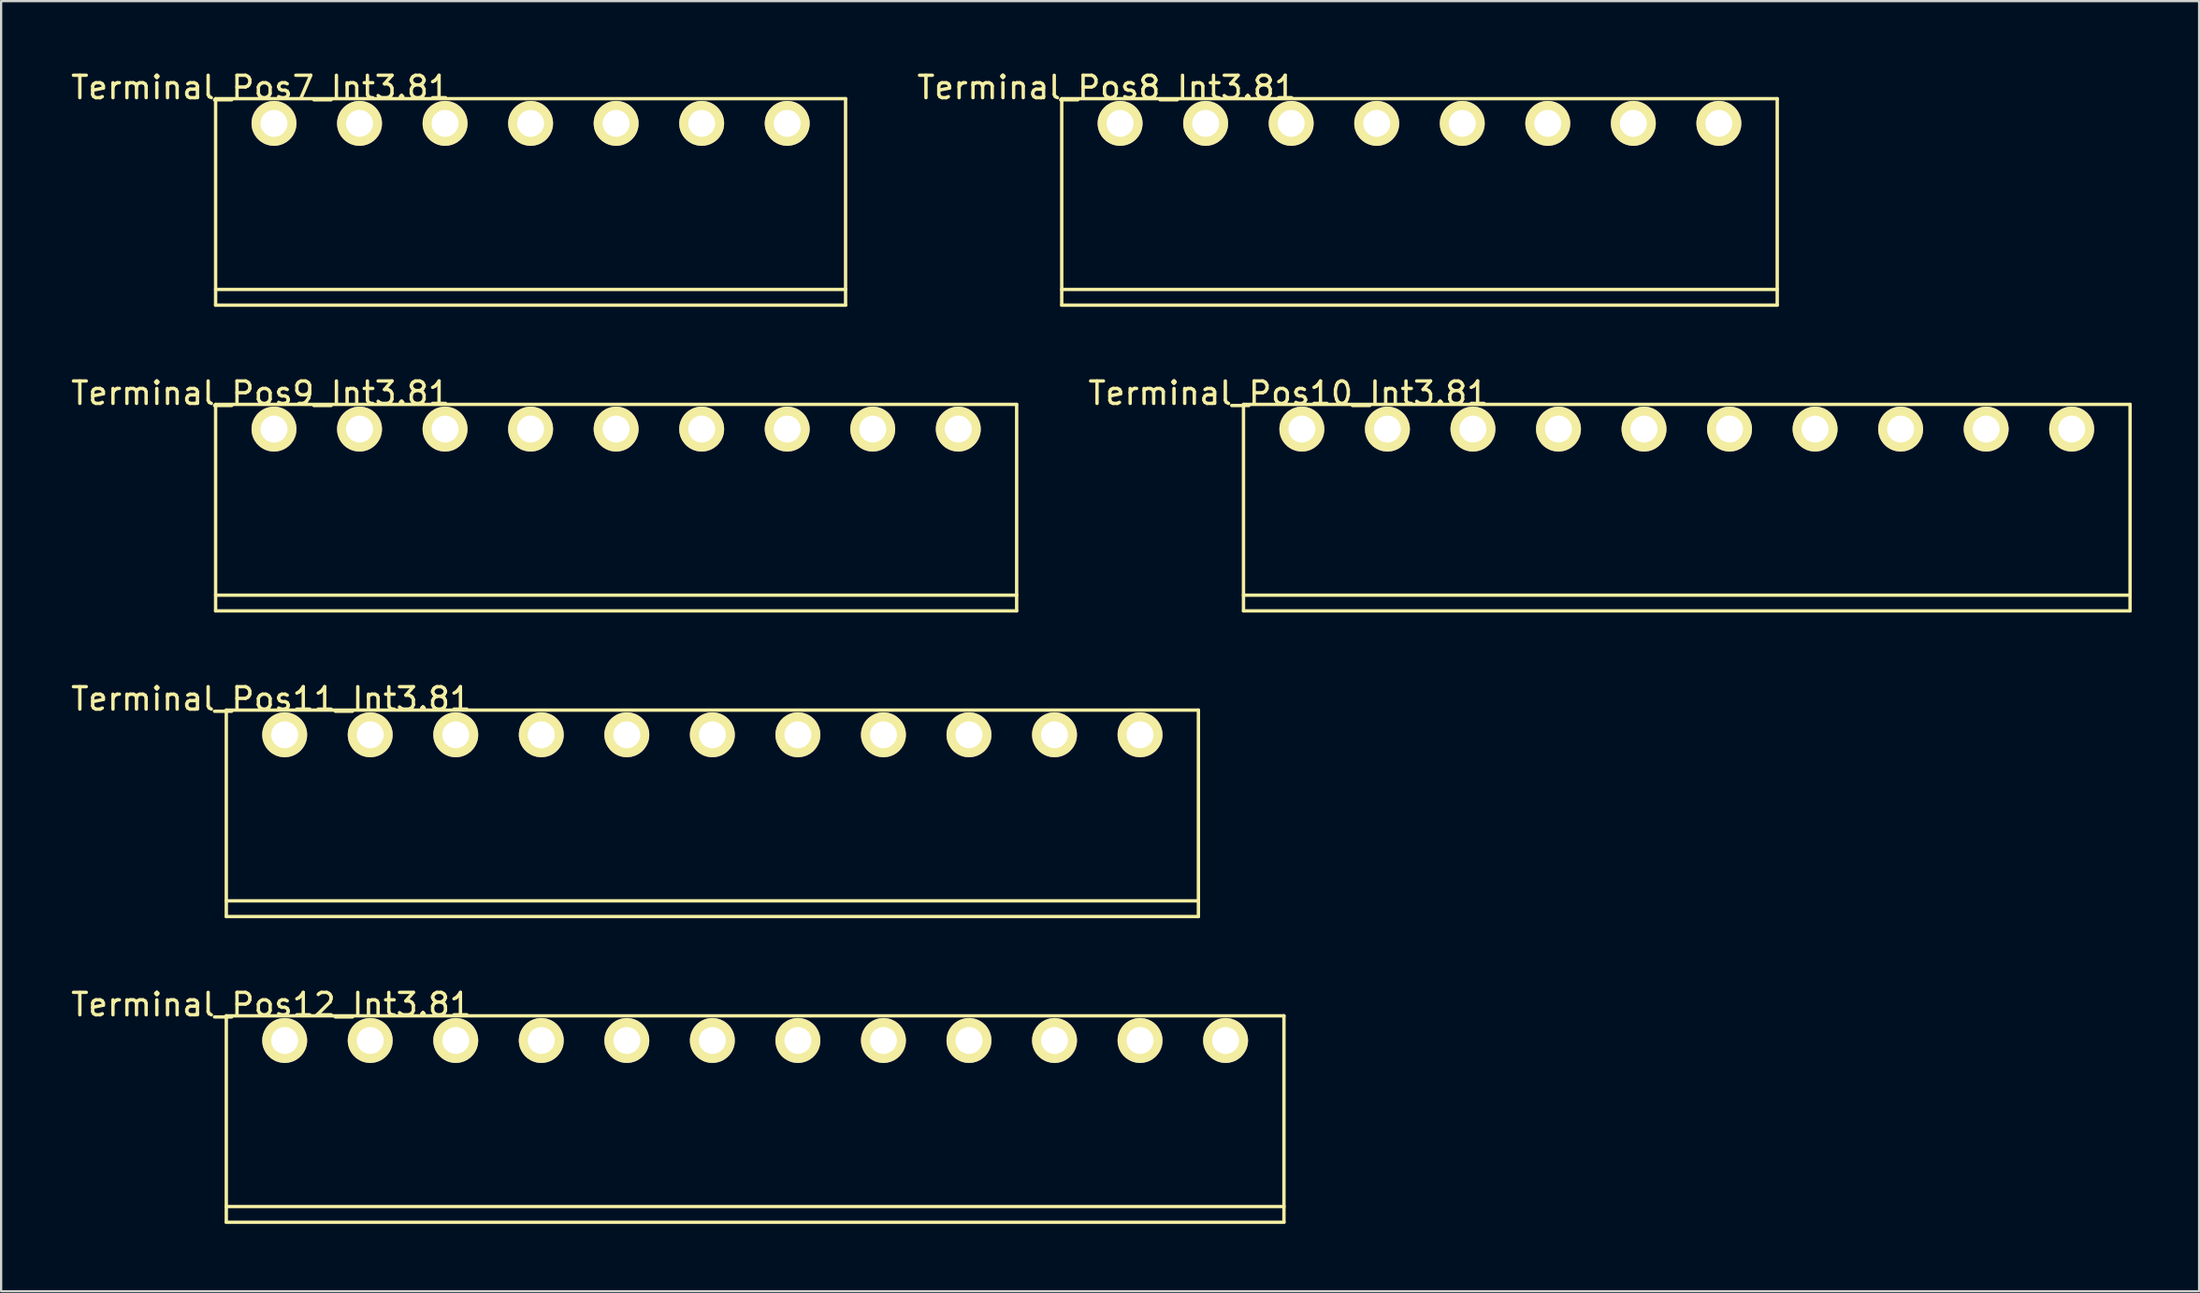
<source format=kicad_pcb>
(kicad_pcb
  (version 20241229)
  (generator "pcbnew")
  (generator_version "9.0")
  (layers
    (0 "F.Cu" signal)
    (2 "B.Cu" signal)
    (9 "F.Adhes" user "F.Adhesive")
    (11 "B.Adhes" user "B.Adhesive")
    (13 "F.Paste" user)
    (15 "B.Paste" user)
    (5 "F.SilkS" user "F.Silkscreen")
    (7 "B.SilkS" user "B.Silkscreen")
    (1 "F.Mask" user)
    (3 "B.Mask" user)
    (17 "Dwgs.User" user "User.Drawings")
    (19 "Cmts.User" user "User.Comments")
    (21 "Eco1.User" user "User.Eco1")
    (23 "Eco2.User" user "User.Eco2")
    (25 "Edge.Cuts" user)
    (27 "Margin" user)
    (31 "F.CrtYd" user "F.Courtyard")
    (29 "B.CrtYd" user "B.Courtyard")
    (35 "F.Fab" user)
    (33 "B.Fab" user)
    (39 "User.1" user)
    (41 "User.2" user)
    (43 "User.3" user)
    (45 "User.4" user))
  (footprint "Terminal_Pos11_Int3.81"
    (layer "F.Cu")
    (at 7.03 28.595)
    (property "Reference" "Terminal_Pos11_Int3.81" (at 2 -0.5 0) (layer "F.SilkS") (effects (font (size 1 1) (thickness 0.15))))
    (attr through_hole)
    (fp_line (start 0 0) (end 0 9.2) (stroke (width 0.15) (type solid)) (layer "F.SilkS"))
    (fp_line (start 0 0) (end 43.3 0) (stroke (width 0.15) (type solid)) (layer "F.SilkS"))
    (fp_line (start 0 8.5) (end 43.3 8.5) (stroke (width 0.15) (type solid)) (layer "F.SilkS"))
    (fp_line (start 0 9.2) (end 43.3 9.2) (stroke (width 0.15) (type solid)) (layer "F.SilkS"))
    (fp_line (start 43.3 0) (end 43.3 9.2) (stroke (width 0.15) (type solid)) (layer "F.SilkS"))
    (pad "1" thru_hole circle (at 2.6 1.1) (size 2 2) (drill 1.2) (layers "*.Cu" "*.Mask" "F.SilkS"))
    (pad "2" thru_hole circle (at 6.41 1.1) (size 2 2) (drill 1.2) (layers "*.Cu" "*.Mask" "F.SilkS"))
    (pad "3" thru_hole circle (at 10.22 1.1) (size 2 2) (drill 1.2) (layers "*.Cu" "*.Mask" "F.SilkS"))
    (pad "4" thru_hole circle (at 14.03 1.1) (size 2 2) (drill 1.2) (layers "*.Cu" "*.Mask" "F.SilkS"))
    (pad "5" thru_hole circle (at 17.84 1.1) (size 2 2) (drill 1.2) (layers "*.Cu" "*.Mask" "F.SilkS"))
    (pad "6" thru_hole circle (at 21.65 1.1) (size 2 2) (drill 1.2) (layers "*.Cu" "*.Mask" "F.SilkS"))
    (pad "7" thru_hole circle (at 25.46 1.1) (size 2 2) (drill 1.2) (layers "*.Cu" "*.Mask" "F.SilkS"))
    (pad "8" thru_hole circle (at 29.27 1.1) (size 2 2) (drill 1.2) (layers "*.Cu" "*.Mask" "F.SilkS"))
    (pad "9" thru_hole circle (at 33.08 1.1) (size 2 2) (drill 1.2) (layers "*.Cu" "*.Mask" "F.SilkS"))
    (pad "10" thru_hole circle (at 36.89 1.1) (size 2 2) (drill 1.2) (layers "*.Cu" "*.Mask" "F.SilkS"))
    (pad "11" thru_hole circle (at 40.7 1.1) (size 2 2) (drill 1.2) (layers "*.Cu" "*.Mask" "F.SilkS")))
  (footprint "Terminal_Pos12_Int3.81"
    (layer "F.Cu")
    (at 7.03 42.218)
    (property "Reference" "Terminal_Pos12_Int3.81" (at 2 -0.5 0) (layer "F.SilkS") (effects (font (size 1 1) (thickness 0.15))))
    (attr through_hole)
    (fp_line (start 0 0) (end 0 9.2) (stroke (width 0.15) (type solid)) (layer "F.SilkS"))
    (fp_line (start 0 0) (end 47.11 0) (stroke (width 0.15) (type solid)) (layer "F.SilkS"))
    (fp_line (start 0 8.5) (end 47.11 8.5) (stroke (width 0.15) (type solid)) (layer "F.SilkS"))
    (fp_line (start 0 9.2) (end 47.11 9.2) (stroke (width 0.15) (type solid)) (layer "F.SilkS"))
    (fp_line (start 47.11 0) (end 47.11 9.2) (stroke (width 0.15) (type solid)) (layer "F.SilkS"))
    (pad "1" thru_hole circle (at 2.6 1.1) (size 2 2) (drill 1.2) (layers "*.Cu" "*.Mask" "F.SilkS"))
    (pad "2" thru_hole circle (at 6.41 1.1) (size 2 2) (drill 1.2) (layers "*.Cu" "*.Mask" "F.SilkS"))
    (pad "3" thru_hole circle (at 10.22 1.1) (size 2 2) (drill 1.2) (layers "*.Cu" "*.Mask" "F.SilkS"))
    (pad "4" thru_hole circle (at 14.03 1.1) (size 2 2) (drill 1.2) (layers "*.Cu" "*.Mask" "F.SilkS"))
    (pad "5" thru_hole circle (at 17.84 1.1) (size 2 2) (drill 1.2) (layers "*.Cu" "*.Mask" "F.SilkS"))
    (pad "6" thru_hole circle (at 21.65 1.1) (size 2 2) (drill 1.2) (layers "*.Cu" "*.Mask" "F.SilkS"))
    (pad "7" thru_hole circle (at 25.46 1.1) (size 2 2) (drill 1.2) (layers "*.Cu" "*.Mask" "F.SilkS"))
    (pad "8" thru_hole circle (at 29.27 1.1) (size 2 2) (drill 1.2) (layers "*.Cu" "*.Mask" "F.SilkS"))
    (pad "9" thru_hole circle (at 33.08 1.1) (size 2 2) (drill 1.2) (layers "*.Cu" "*.Mask" "F.SilkS"))
    (pad "10" thru_hole circle (at 36.89 1.1) (size 2 2) (drill 1.2) (layers "*.Cu" "*.Mask" "F.SilkS"))
    (pad "11" thru_hole circle (at 40.7 1.1) (size 2 2) (drill 1.2) (layers "*.Cu" "*.Mask" "F.SilkS"))
    (pad "12" thru_hole circle (at 44.51 1.1) (size 2 2) (drill 1.2) (layers "*.Cu" "*.Mask" "F.SilkS")))
  (footprint "Terminal_Pos10_Int3.81"
    (layer "F.Cu")
    (at 52.338 14.972)
    (property "Reference" "Terminal_Pos10_Int3.81" (at 2 -0.5 0) (layer "F.SilkS") (effects (font (size 1 1) (thickness 0.15))))
    (attr through_hole)
    (fp_line (start 0 0) (end 0 9.2) (stroke (width 0.15) (type solid)) (layer "F.SilkS"))
    (fp_line (start 0 0) (end 39.49 0) (stroke (width 0.15) (type solid)) (layer "F.SilkS"))
    (fp_line (start 0 8.5) (end 39.49 8.5) (stroke (width 0.15) (type solid)) (layer "F.SilkS"))
    (fp_line (start 0 9.2) (end 39.49 9.2) (stroke (width 0.15) (type solid)) (layer "F.SilkS"))
    (fp_line (start 39.49 0) (end 39.49 9.2) (stroke (width 0.15) (type solid)) (layer "F.SilkS"))
    (pad "1" thru_hole circle (at 2.6 1.1) (size 2 2) (drill 1.2) (layers "*.Cu" "*.Mask" "F.SilkS"))
    (pad "2" thru_hole circle (at 6.41 1.1) (size 2 2) (drill 1.2) (layers "*.Cu" "*.Mask" "F.SilkS"))
    (pad "3" thru_hole circle (at 10.22 1.1) (size 2 2) (drill 1.2) (layers "*.Cu" "*.Mask" "F.SilkS"))
    (pad "4" thru_hole circle (at 14.03 1.1) (size 2 2) (drill 1.2) (layers "*.Cu" "*.Mask" "F.SilkS"))
    (pad "5" thru_hole circle (at 17.84 1.1) (size 2 2) (drill 1.2) (layers "*.Cu" "*.Mask" "F.SilkS"))
    (pad "6" thru_hole circle (at 21.65 1.1) (size 2 2) (drill 1.2) (layers "*.Cu" "*.Mask" "F.SilkS"))
    (pad "7" thru_hole circle (at 25.46 1.1) (size 2 2) (drill 1.2) (layers "*.Cu" "*.Mask" "F.SilkS"))
    (pad "8" thru_hole circle (at 29.27 1.1) (size 2 2) (drill 1.2) (layers "*.Cu" "*.Mask" "F.SilkS"))
    (pad "9" thru_hole circle (at 33.08 1.1) (size 2 2) (drill 1.2) (layers "*.Cu" "*.Mask" "F.SilkS"))
    (pad "10" thru_hole circle (at 36.89 1.1) (size 2 2) (drill 1.2) (layers "*.Cu" "*.Mask" "F.SilkS")))
  (footprint "Terminal_Pos8_Int3.81"
    (layer "F.Cu")
    (at 44.242 1.348)
    (property "Reference" "Terminal_Pos8_Int3.81" (at 2 -0.5 0) (layer "F.SilkS") (effects (font (size 1 1) (thickness 0.15))))
    (attr through_hole)
    (fp_line (start 0 0) (end 0 9.2) (stroke (width 0.15) (type solid)) (layer "F.SilkS"))
    (fp_line (start 0 0) (end 31.87 0) (stroke (width 0.15) (type solid)) (layer "F.SilkS"))
    (fp_line (start 0 8.5) (end 31.87 8.5) (stroke (width 0.15) (type solid)) (layer "F.SilkS"))
    (fp_line (start 0 9.2) (end 31.87 9.2) (stroke (width 0.15) (type solid)) (layer "F.SilkS"))
    (fp_line (start 31.87 0) (end 31.87 9.2) (stroke (width 0.15) (type solid)) (layer "F.SilkS"))
    (pad "1" thru_hole circle (at 2.6 1.1) (size 2 2) (drill 1.2) (layers "*.Cu" "*.Mask" "F.SilkS"))
    (pad "2" thru_hole circle (at 6.41 1.1) (size 2 2) (drill 1.2) (layers "*.Cu" "*.Mask" "F.SilkS"))
    (pad "3" thru_hole circle (at 10.22 1.1) (size 2 2) (drill 1.2) (layers "*.Cu" "*.Mask" "F.SilkS"))
    (pad "4" thru_hole circle (at 14.03 1.1) (size 2 2) (drill 1.2) (layers "*.Cu" "*.Mask" "F.SilkS"))
    (pad "5" thru_hole circle (at 17.84 1.1) (size 2 2) (drill 1.2) (layers "*.Cu" "*.Mask" "F.SilkS"))
    (pad "6" thru_hole circle (at 21.65 1.1) (size 2 2) (drill 1.2) (layers "*.Cu" "*.Mask" "F.SilkS"))
    (pad "7" thru_hole circle (at 25.46 1.1) (size 2 2) (drill 1.2) (layers "*.Cu" "*.Mask" "F.SilkS"))
    (pad "8" thru_hole circle (at 29.27 1.1) (size 2 2) (drill 1.2) (layers "*.Cu" "*.Mask" "F.SilkS")))
  (footprint "Terminal_Pos9_Int3.81"
    (layer "F.Cu")
    (at 6.554 14.972)
    (property "Reference" "Terminal_Pos9_Int3.81" (at 2 -0.5 0) (layer "F.SilkS") (effects (font (size 1 1) (thickness 0.15))))
    (attr through_hole)
    (fp_line (start 0 0) (end 0 9.2) (stroke (width 0.15) (type solid)) (layer "F.SilkS"))
    (fp_line (start 0 0) (end 35.68 0) (stroke (width 0.15) (type solid)) (layer "F.SilkS"))
    (fp_line (start 0 8.5) (end 35.68 8.5) (stroke (width 0.15) (type solid)) (layer "F.SilkS"))
    (fp_line (start 0 9.2) (end 35.68 9.2) (stroke (width 0.15) (type solid)) (layer "F.SilkS"))
    (fp_line (start 35.68 0) (end 35.68 9.2) (stroke (width 0.15) (type solid)) (layer "F.SilkS"))
    (pad "1" thru_hole circle (at 2.6 1.1) (size 2 2) (drill 1.2) (layers "*.Cu" "*.Mask" "F.SilkS"))
    (pad "2" thru_hole circle (at 6.41 1.1) (size 2 2) (drill 1.2) (layers "*.Cu" "*.Mask" "F.SilkS"))
    (pad "3" thru_hole circle (at 10.22 1.1) (size 2 2) (drill 1.2) (layers "*.Cu" "*.Mask" "F.SilkS"))
    (pad "4" thru_hole circle (at 14.03 1.1) (size 2 2) (drill 1.2) (layers "*.Cu" "*.Mask" "F.SilkS"))
    (pad "5" thru_hole circle (at 17.84 1.1) (size 2 2) (drill 1.2) (layers "*.Cu" "*.Mask" "F.SilkS"))
    (pad "6" thru_hole circle (at 21.65 1.1) (size 2 2) (drill 1.2) (layers "*.Cu" "*.Mask" "F.SilkS"))
    (pad "7" thru_hole circle (at 25.46 1.1) (size 2 2) (drill 1.2) (layers "*.Cu" "*.Mask" "F.SilkS"))
    (pad "8" thru_hole circle (at 29.27 1.1) (size 2 2) (drill 1.2) (layers "*.Cu" "*.Mask" "F.SilkS"))
    (pad "9" thru_hole circle (at 33.08 1.1) (size 2 2) (drill 1.2) (layers "*.Cu" "*.Mask" "F.SilkS")))
  (footprint "Terminal_Pos7_Int3.81"
    (layer "F.Cu")
    (at 6.554 1.348)
    (property "Reference" "Terminal_Pos7_Int3.81" (at 2 -0.5 0) (layer "F.SilkS") (effects (font (size 1 1) (thickness 0.15))))
    (attr through_hole)
    (fp_line (start 0 0) (end 0 9.2) (stroke (width 0.15) (type solid)) (layer "F.SilkS"))
    (fp_line (start 0 0) (end 28.06 0) (stroke (width 0.15) (type solid)) (layer "F.SilkS"))
    (fp_line (start 0 8.5) (end 28.06 8.5) (stroke (width 0.15) (type solid)) (layer "F.SilkS"))
    (fp_line (start 0 9.2) (end 28.06 9.2) (stroke (width 0.15) (type solid)) (layer "F.SilkS"))
    (fp_line (start 28.06 0) (end 28.06 9.2) (stroke (width 0.15) (type solid)) (layer "F.SilkS"))
    (pad "1" thru_hole circle (at 2.6 1.1) (size 2 2) (drill 1.2) (layers "*.Cu" "*.Mask" "F.SilkS"))
    (pad "2" thru_hole circle (at 6.41 1.1) (size 2 2) (drill 1.2) (layers "*.Cu" "*.Mask" "F.SilkS"))
    (pad "3" thru_hole circle (at 10.22 1.1) (size 2 2) (drill 1.2) (layers "*.Cu" "*.Mask" "F.SilkS"))
    (pad "4" thru_hole circle (at 14.03 1.1) (size 2 2) (drill 1.2) (layers "*.Cu" "*.Mask" "F.SilkS"))
    (pad "5" thru_hole circle (at 17.84 1.1) (size 2 2) (drill 1.2) (layers "*.Cu" "*.Mask" "F.SilkS"))
    (pad "6" thru_hole circle (at 21.65 1.1) (size 2 2) (drill 1.2) (layers "*.Cu" "*.Mask" "F.SilkS"))
    (pad "7" thru_hole circle (at 25.46 1.1) (size 2 2) (drill 1.2) (layers "*.Cu" "*.Mask" "F.SilkS")))
  (gr_rect
    (start -3 -3)
    (end 94.903 54.493)
    (stroke (width 0.1) (type default))
    (fill no)
    (layer "Edge.Cuts")))
</source>
